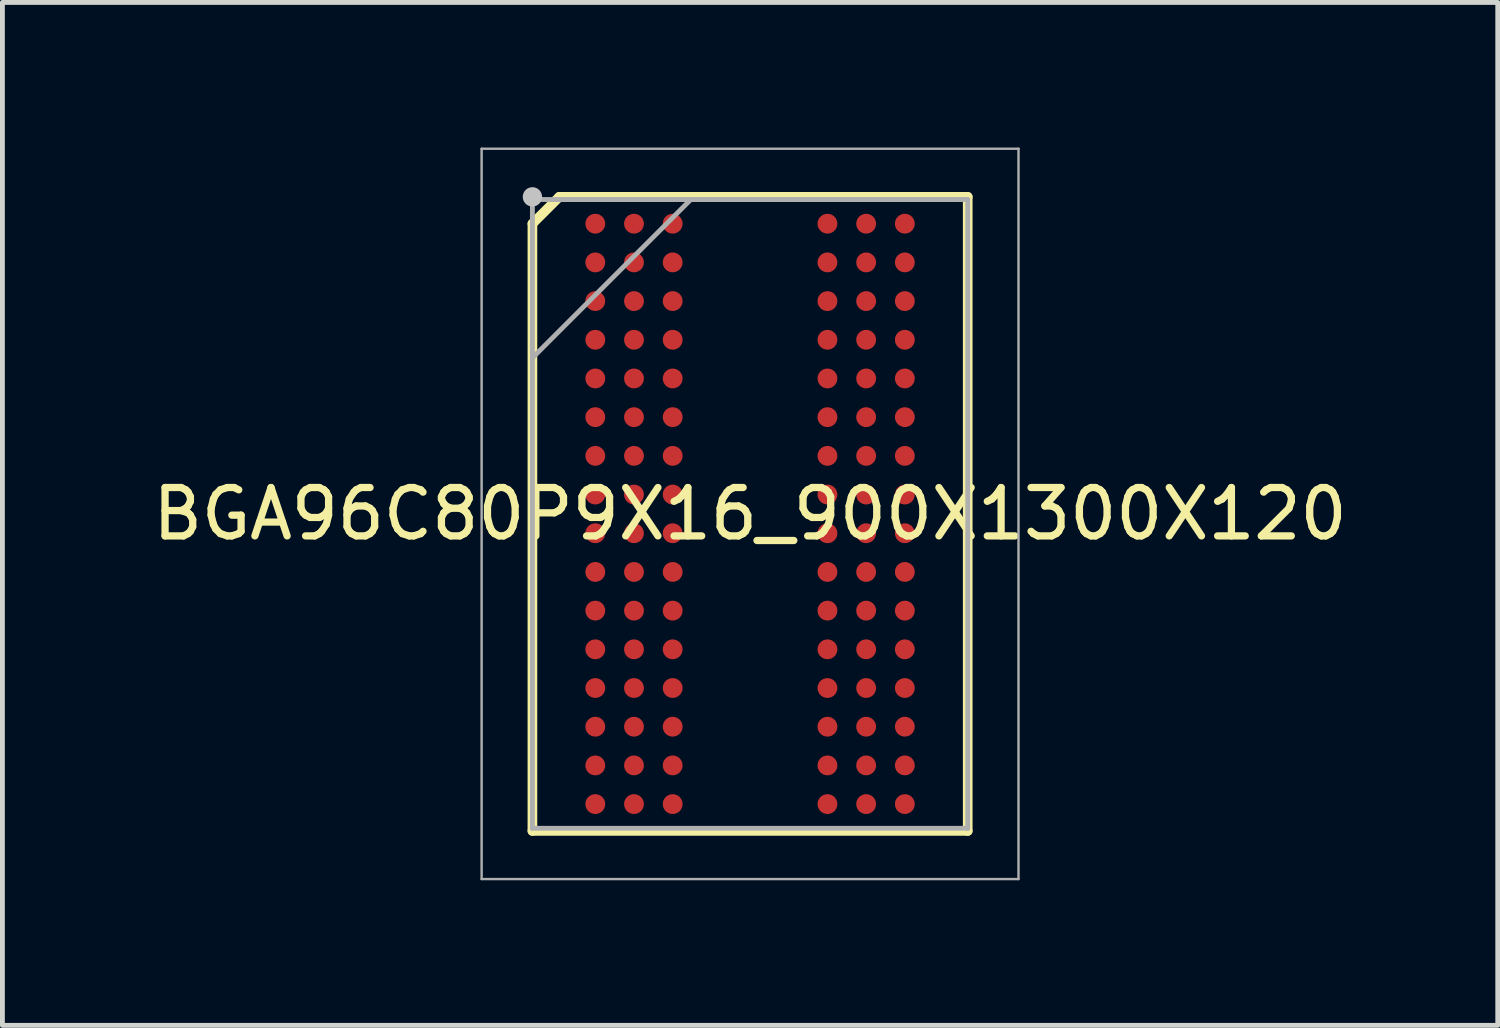
<source format=kicad_pcb>
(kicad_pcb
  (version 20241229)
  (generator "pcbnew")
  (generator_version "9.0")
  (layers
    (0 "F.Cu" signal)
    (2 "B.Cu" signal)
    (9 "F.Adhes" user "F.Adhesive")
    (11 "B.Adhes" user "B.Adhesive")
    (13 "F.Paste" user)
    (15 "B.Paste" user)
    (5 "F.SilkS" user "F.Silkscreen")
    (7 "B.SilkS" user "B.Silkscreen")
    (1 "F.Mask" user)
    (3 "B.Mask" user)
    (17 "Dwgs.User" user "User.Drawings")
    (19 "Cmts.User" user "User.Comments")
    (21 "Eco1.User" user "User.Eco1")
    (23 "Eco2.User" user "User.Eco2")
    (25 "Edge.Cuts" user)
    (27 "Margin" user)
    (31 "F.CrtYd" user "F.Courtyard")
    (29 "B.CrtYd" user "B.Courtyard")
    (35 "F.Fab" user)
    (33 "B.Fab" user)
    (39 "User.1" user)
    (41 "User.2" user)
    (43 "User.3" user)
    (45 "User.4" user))
  (footprint "BGA96C80P9X16_900X1300X120"
    (layer "F.Cu")
    (at 12.458 7.575)
    (property "Reference" "BGA96C80P9X16_900X1300X120" (at 0 0 0) (layer "F.SilkS") (effects (font (size 1 1) (thickness 0.15))))
    (attr smd)
    (fp_line (start -4.5 -6) (end -3.945 -6.555) (stroke (width 0.2) (type solid)) (layer "F.SilkS"))
    (fp_line (start -4.5 6.555) (end -4.5 -6) (stroke (width 0.2) (type solid)) (layer "F.SilkS"))
    (fp_line (start -3.945 -6.555) (end 4.5 -6.555) (stroke (width 0.2) (type solid)) (layer "F.SilkS"))
    (fp_line (start 4.5 -6.555) (end 4.5 6.555) (stroke (width 0.2) (type solid)) (layer "F.SilkS"))
    (fp_line (start 4.5 6.555) (end -4.5 6.555) (stroke (width 0.2) (type solid)) (layer "F.SilkS"))
    (fp_circle (center -4.5 -6.555) (end -4.4 -6.555) (stroke (width 0.2) (type solid)) (fill no) (layer "Dwgs.User"))
    (fp_line (start -5.55 -7.55) (end 5.55 -7.55) (stroke (width 0.05) (type solid)) (layer "F.Fab"))
    (fp_line (start -5.55 7.55) (end -5.55 -7.55) (stroke (width 0.05) (type solid)) (layer "F.Fab"))
    (fp_line (start -4.5 -6.5) (end 4.5 -6.5) (stroke (width 0.1) (type solid)) (layer "F.Fab"))
    (fp_line (start -4.5 -3.225) (end -1.225 -6.5) (stroke (width 0.1) (type solid)) (layer "F.Fab"))
    (fp_line (start -4.5 6.5) (end -4.5 -6.5) (stroke (width 0.1) (type solid)) (layer "F.Fab"))
    (fp_line (start 4.5 -6.5) (end 4.5 6.5) (stroke (width 0.1) (type solid)) (layer "F.Fab"))
    (fp_line (start 4.5 6.5) (end -4.5 6.5) (stroke (width 0.1) (type solid)) (layer "F.Fab"))
    (fp_line (start 5.55 -7.55) (end 5.55 7.55) (stroke (width 0.05) (type solid)) (layer "F.Fab"))
    (fp_line (start 5.55 7.55) (end -5.55 7.55) (stroke (width 0.05) (type solid)) (layer "F.Fab"))
    (pad "A1" smd circle (at -3.2 -6) (size 0.41 0.41) (layers "F.Cu" "F.Mask" "F.Paste"))
    (pad "A2" smd circle (at -2.4 -6) (size 0.41 0.41) (layers "F.Cu" "F.Mask" "F.Paste"))
    (pad "A3" smd circle (at -1.6 -6) (size 0.41 0.41) (layers "F.Cu" "F.Mask" "F.Paste"))
    (pad "A7" smd circle (at 1.6 -6) (size 0.41 0.41) (layers "F.Cu" "F.Mask" "F.Paste"))
    (pad "A8" smd circle (at 2.4 -6) (size 0.41 0.41) (layers "F.Cu" "F.Mask" "F.Paste"))
    (pad "A9" smd circle (at 3.2 -6) (size 0.41 0.41) (layers "F.Cu" "F.Mask" "F.Paste"))
    (pad "B1" smd circle (at -3.2 -5.2) (size 0.41 0.41) (layers "F.Cu" "F.Mask" "F.Paste"))
    (pad "B2" smd circle (at -2.4 -5.2) (size 0.41 0.41) (layers "F.Cu" "F.Mask" "F.Paste"))
    (pad "B3" smd circle (at -1.6 -5.2) (size 0.41 0.41) (layers "F.Cu" "F.Mask" "F.Paste"))
    (pad "B7" smd circle (at 1.6 -5.2) (size 0.41 0.41) (layers "F.Cu" "F.Mask" "F.Paste"))
    (pad "B8" smd circle (at 2.4 -5.2) (size 0.41 0.41) (layers "F.Cu" "F.Mask" "F.Paste"))
    (pad "B9" smd circle (at 3.2 -5.2) (size 0.41 0.41) (layers "F.Cu" "F.Mask" "F.Paste"))
    (pad "C1" smd circle (at -3.2 -4.4) (size 0.41 0.41) (layers "F.Cu" "F.Mask" "F.Paste"))
    (pad "C2" smd circle (at -2.4 -4.4) (size 0.41 0.41) (layers "F.Cu" "F.Mask" "F.Paste"))
    (pad "C3" smd circle (at -1.6 -4.4) (size 0.41 0.41) (layers "F.Cu" "F.Mask" "F.Paste"))
    (pad "C7" smd circle (at 1.6 -4.4) (size 0.41 0.41) (layers "F.Cu" "F.Mask" "F.Paste"))
    (pad "C8" smd circle (at 2.4 -4.4) (size 0.41 0.41) (layers "F.Cu" "F.Mask" "F.Paste"))
    (pad "C9" smd circle (at 3.2 -4.4) (size 0.41 0.41) (layers "F.Cu" "F.Mask" "F.Paste"))
    (pad "D1" smd circle (at -3.2 -3.6) (size 0.41 0.41) (layers "F.Cu" "F.Mask" "F.Paste"))
    (pad "D2" smd circle (at -2.4 -3.6) (size 0.41 0.41) (layers "F.Cu" "F.Mask" "F.Paste"))
    (pad "D3" smd circle (at -1.6 -3.6) (size 0.41 0.41) (layers "F.Cu" "F.Mask" "F.Paste"))
    (pad "D7" smd circle (at 1.6 -3.6) (size 0.41 0.41) (layers "F.Cu" "F.Mask" "F.Paste"))
    (pad "D8" smd circle (at 2.4 -3.6) (size 0.41 0.41) (layers "F.Cu" "F.Mask" "F.Paste"))
    (pad "D9" smd circle (at 3.2 -3.6) (size 0.41 0.41) (layers "F.Cu" "F.Mask" "F.Paste"))
    (pad "E1" smd circle (at -3.2 -2.8) (size 0.41 0.41) (layers "F.Cu" "F.Mask" "F.Paste"))
    (pad "E2" smd circle (at -2.4 -2.8) (size 0.41 0.41) (layers "F.Cu" "F.Mask" "F.Paste"))
    (pad "E3" smd circle (at -1.6 -2.8) (size 0.41 0.41) (layers "F.Cu" "F.Mask" "F.Paste"))
    (pad "E7" smd circle (at 1.6 -2.8) (size 0.41 0.41) (layers "F.Cu" "F.Mask" "F.Paste"))
    (pad "E8" smd circle (at 2.4 -2.8) (size 0.41 0.41) (layers "F.Cu" "F.Mask" "F.Paste"))
    (pad "E9" smd circle (at 3.2 -2.8) (size 0.41 0.41) (layers "F.Cu" "F.Mask" "F.Paste"))
    (pad "F1" smd circle (at -3.2 -2) (size 0.41 0.41) (layers "F.Cu" "F.Mask" "F.Paste"))
    (pad "F2" smd circle (at -2.4 -2) (size 0.41 0.41) (layers "F.Cu" "F.Mask" "F.Paste"))
    (pad "F3" smd circle (at -1.6 -2) (size 0.41 0.41) (layers "F.Cu" "F.Mask" "F.Paste"))
    (pad "F7" smd circle (at 1.6 -2) (size 0.41 0.41) (layers "F.Cu" "F.Mask" "F.Paste"))
    (pad "F8" smd circle (at 2.4 -2) (size 0.41 0.41) (layers "F.Cu" "F.Mask" "F.Paste"))
    (pad "F9" smd circle (at 3.2 -2) (size 0.41 0.41) (layers "F.Cu" "F.Mask" "F.Paste"))
    (pad "G1" smd circle (at -3.2 -1.2) (size 0.41 0.41) (layers "F.Cu" "F.Mask" "F.Paste"))
    (pad "G2" smd circle (at -2.4 -1.2) (size 0.41 0.41) (layers "F.Cu" "F.Mask" "F.Paste"))
    (pad "G3" smd circle (at -1.6 -1.2) (size 0.41 0.41) (layers "F.Cu" "F.Mask" "F.Paste"))
    (pad "G7" smd circle (at 1.6 -1.2) (size 0.41 0.41) (layers "F.Cu" "F.Mask" "F.Paste"))
    (pad "G8" smd circle (at 2.4 -1.2) (size 0.41 0.41) (layers "F.Cu" "F.Mask" "F.Paste"))
    (pad "G9" smd circle (at 3.2 -1.2) (size 0.41 0.41) (layers "F.Cu" "F.Mask" "F.Paste"))
    (pad "H1" smd circle (at -3.2 -0.4) (size 0.41 0.41) (layers "F.Cu" "F.Mask" "F.Paste"))
    (pad "H2" smd circle (at -2.4 -0.4) (size 0.41 0.41) (layers "F.Cu" "F.Mask" "F.Paste"))
    (pad "H3" smd circle (at -1.6 -0.4) (size 0.41 0.41) (layers "F.Cu" "F.Mask" "F.Paste"))
    (pad "H7" smd circle (at 1.6 -0.4) (size 0.41 0.41) (layers "F.Cu" "F.Mask" "F.Paste"))
    (pad "H8" smd circle (at 2.4 -0.4) (size 0.41 0.41) (layers "F.Cu" "F.Mask" "F.Paste"))
    (pad "H9" smd circle (at 3.2 -0.4) (size 0.41 0.41) (layers "F.Cu" "F.Mask" "F.Paste"))
    (pad "J1" smd circle (at -3.2 0.4) (size 0.41 0.41) (layers "F.Cu" "F.Mask" "F.Paste"))
    (pad "J2" smd circle (at -2.4 0.4) (size 0.41 0.41) (layers "F.Cu" "F.Mask" "F.Paste"))
    (pad "J3" smd circle (at -1.6 0.4) (size 0.41 0.41) (layers "F.Cu" "F.Mask" "F.Paste"))
    (pad "J7" smd circle (at 1.6 0.4) (size 0.41 0.41) (layers "F.Cu" "F.Mask" "F.Paste"))
    (pad "J8" smd circle (at 2.4 0.4) (size 0.41 0.41) (layers "F.Cu" "F.Mask" "F.Paste"))
    (pad "J9" smd circle (at 3.2 0.4) (size 0.41 0.41) (layers "F.Cu" "F.Mask" "F.Paste"))
    (pad "K1" smd circle (at -3.2 1.2) (size 0.41 0.41) (layers "F.Cu" "F.Mask" "F.Paste"))
    (pad "K2" smd circle (at -2.4 1.2) (size 0.41 0.41) (layers "F.Cu" "F.Mask" "F.Paste"))
    (pad "K3" smd circle (at -1.6 1.2) (size 0.41 0.41) (layers "F.Cu" "F.Mask" "F.Paste"))
    (pad "K7" smd circle (at 1.6 1.2) (size 0.41 0.41) (layers "F.Cu" "F.Mask" "F.Paste"))
    (pad "K8" smd circle (at 2.4 1.2) (size 0.41 0.41) (layers "F.Cu" "F.Mask" "F.Paste"))
    (pad "K9" smd circle (at 3.2 1.2) (size 0.41 0.41) (layers "F.Cu" "F.Mask" "F.Paste"))
    (pad "L1" smd circle (at -3.2 2) (size 0.41 0.41) (layers "F.Cu" "F.Mask" "F.Paste"))
    (pad "L2" smd circle (at -2.4 2) (size 0.41 0.41) (layers "F.Cu" "F.Mask" "F.Paste"))
    (pad "L3" smd circle (at -1.6 2) (size 0.41 0.41) (layers "F.Cu" "F.Mask" "F.Paste"))
    (pad "L7" smd circle (at 1.6 2) (size 0.41 0.41) (layers "F.Cu" "F.Mask" "F.Paste"))
    (pad "L8" smd circle (at 2.4 2) (size 0.41 0.41) (layers "F.Cu" "F.Mask" "F.Paste"))
    (pad "L9" smd circle (at 3.2 2) (size 0.41 0.41) (layers "F.Cu" "F.Mask" "F.Paste"))
    (pad "M1" smd circle (at -3.2 2.8) (size 0.41 0.41) (layers "F.Cu" "F.Mask" "F.Paste"))
    (pad "M2" smd circle (at -2.4 2.8) (size 0.41 0.41) (layers "F.Cu" "F.Mask" "F.Paste"))
    (pad "M3" smd circle (at -1.6 2.8) (size 0.41 0.41) (layers "F.Cu" "F.Mask" "F.Paste"))
    (pad "M7" smd circle (at 1.6 2.8) (size 0.41 0.41) (layers "F.Cu" "F.Mask" "F.Paste"))
    (pad "M8" smd circle (at 2.4 2.8) (size 0.41 0.41) (layers "F.Cu" "F.Mask" "F.Paste"))
    (pad "M9" smd circle (at 3.2 2.8) (size 0.41 0.41) (layers "F.Cu" "F.Mask" "F.Paste"))
    (pad "N1" smd circle (at -3.2 3.6) (size 0.41 0.41) (layers "F.Cu" "F.Mask" "F.Paste"))
    (pad "N2" smd circle (at -2.4 3.6) (size 0.41 0.41) (layers "F.Cu" "F.Mask" "F.Paste"))
    (pad "N3" smd circle (at -1.6 3.6) (size 0.41 0.41) (layers "F.Cu" "F.Mask" "F.Paste"))
    (pad "N7" smd circle (at 1.6 3.6) (size 0.41 0.41) (layers "F.Cu" "F.Mask" "F.Paste"))
    (pad "N8" smd circle (at 2.4 3.6) (size 0.41 0.41) (layers "F.Cu" "F.Mask" "F.Paste"))
    (pad "N9" smd circle (at 3.2 3.6) (size 0.41 0.41) (layers "F.Cu" "F.Mask" "F.Paste"))
    (pad "P1" smd circle (at -3.2 4.4) (size 0.41 0.41) (layers "F.Cu" "F.Mask" "F.Paste"))
    (pad "P2" smd circle (at -2.4 4.4) (size 0.41 0.41) (layers "F.Cu" "F.Mask" "F.Paste"))
    (pad "P3" smd circle (at -1.6 4.4) (size 0.41 0.41) (layers "F.Cu" "F.Mask" "F.Paste"))
    (pad "P7" smd circle (at 1.6 4.4) (size 0.41 0.41) (layers "F.Cu" "F.Mask" "F.Paste"))
    (pad "P8" smd circle (at 2.4 4.4) (size 0.41 0.41) (layers "F.Cu" "F.Mask" "F.Paste"))
    (pad "P9" smd circle (at 3.2 4.4) (size 0.41 0.41) (layers "F.Cu" "F.Mask" "F.Paste"))
    (pad "R1" smd circle (at -3.2 5.2) (size 0.41 0.41) (layers "F.Cu" "F.Mask" "F.Paste"))
    (pad "R2" smd circle (at -2.4 5.2) (size 0.41 0.41) (layers "F.Cu" "F.Mask" "F.Paste"))
    (pad "R3" smd circle (at -1.6 5.2) (size 0.41 0.41) (layers "F.Cu" "F.Mask" "F.Paste"))
    (pad "R7" smd circle (at 1.6 5.2) (size 0.41 0.41) (layers "F.Cu" "F.Mask" "F.Paste"))
    (pad "R8" smd circle (at 2.4 5.2) (size 0.41 0.41) (layers "F.Cu" "F.Mask" "F.Paste"))
    (pad "R9" smd circle (at 3.2 5.2) (size 0.41 0.41) (layers "F.Cu" "F.Mask" "F.Paste"))
    (pad "T1" smd circle (at -3.2 6) (size 0.41 0.41) (layers "F.Cu" "F.Mask" "F.Paste"))
    (pad "T2" smd circle (at -2.4 6) (size 0.41 0.41) (layers "F.Cu" "F.Mask" "F.Paste"))
    (pad "T3" smd circle (at -1.6 6) (size 0.41 0.41) (layers "F.Cu" "F.Mask" "F.Paste"))
    (pad "T7" smd circle (at 1.6 6) (size 0.41 0.41) (layers "F.Cu" "F.Mask" "F.Paste"))
    (pad "T8" smd circle (at 2.4 6) (size 0.41 0.41) (layers "F.Cu" "F.Mask" "F.Paste"))
    (pad "T9" smd circle (at 3.2 6) (size 0.41 0.41) (layers "F.Cu" "F.Mask" "F.Paste")))
  (gr_rect
    (start -3 -3)
    (end 27.917 18.15)
    (stroke (width 0.1) (type default))
    (fill no)
    (layer "Edge.Cuts")))
</source>
